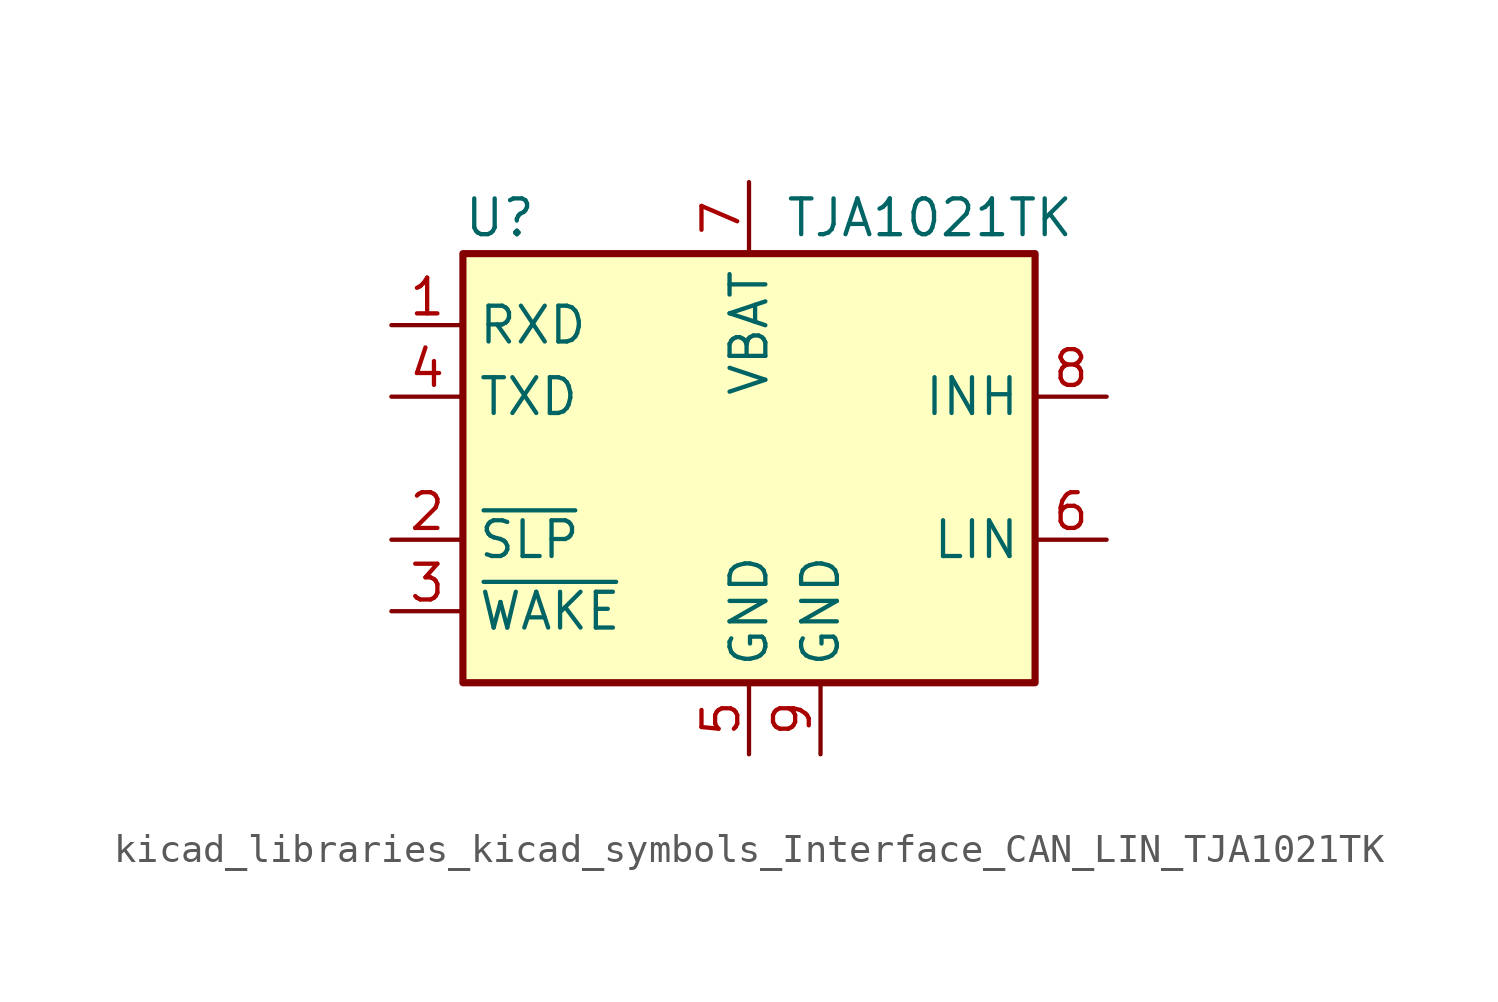
<source format=kicad_sym>
(kicad_symbol_lib
  (version 20220914)
  (generator kicad_symbol_editor)
  (symbol "kicad_libraries_kicad_symbols_Interface_CAN_LIN_TJA1021TK"
    (property "Reference" "U"
      (at -10.16 8.89 0)
      (effects (font (size 1.27 1.27)) (justify left)))
    (property "Value" "TJA1021TK"
      (at 1.27 8.89 0)
      (effects (font (size 1.27 1.27)) (justify left)))
    (symbol "kicad_libraries_kicad_symbols_Interface_CAN_LIN_TJA1021TK_0_1"
      (rectangle (start -10.16 7.62) (end 10.16 -7.62) (stroke (width 0.254) (type default)) (fill (type background))))
    (symbol "kicad_libraries_kicad_symbols_Interface_CAN_LIN_TJA1021TK_1_1"
      (pin open_collector line (at -12.7 5.08 0) (length 2.54) (name "RXD" (effects (font (size 1.27 1.27)))) (number "1" (effects (font (size 1.27 1.27)))))
      (pin input line (at -12.7 -2.54 0) (length 2.54) (name "~{SLP}" (effects (font (size 1.27 1.27)))) (number "2" (effects (font (size 1.27 1.27)))))
      (pin input line (at -12.7 -5.08 0) (length 2.54) (name "~{WAKE}" (effects (font (size 1.27 1.27)))) (number "3" (effects (font (size 1.27 1.27)))))
      (pin input line (at -12.7 2.54 0) (length 2.54) (name "TXD" (effects (font (size 1.27 1.27)))) (number "4" (effects (font (size 1.27 1.27)))))
      (pin power_in line (at 0 -10.16 90) (length 2.54) (name "GND" (effects (font (size 1.27 1.27)))) (number "5" (effects (font (size 1.27 1.27)))))
      (pin bidirectional line (at 12.7 -2.54 180) (length 2.54) (name "LIN" (effects (font (size 1.27 1.27)))) (number "6" (effects (font (size 1.27 1.27)))))
      (pin power_in line (at 0 10.16 270) (length 2.54) (name "VBAT" (effects (font (size 1.27 1.27)))) (number "7" (effects (font (size 1.27 1.27)))))
      (pin output line (at 12.7 2.54 180) (length 2.54) (name "INH" (effects (font (size 1.27 1.27)))) (number "8" (effects (font (size 1.27 1.27)))))
      (pin power_in line (at 2.54 -10.16 90) (length 2.54) (name "GND" (effects (font (size 1.27 1.27)))) (number "9" (effects (font (size 1.27 1.27))))))))
</source>
